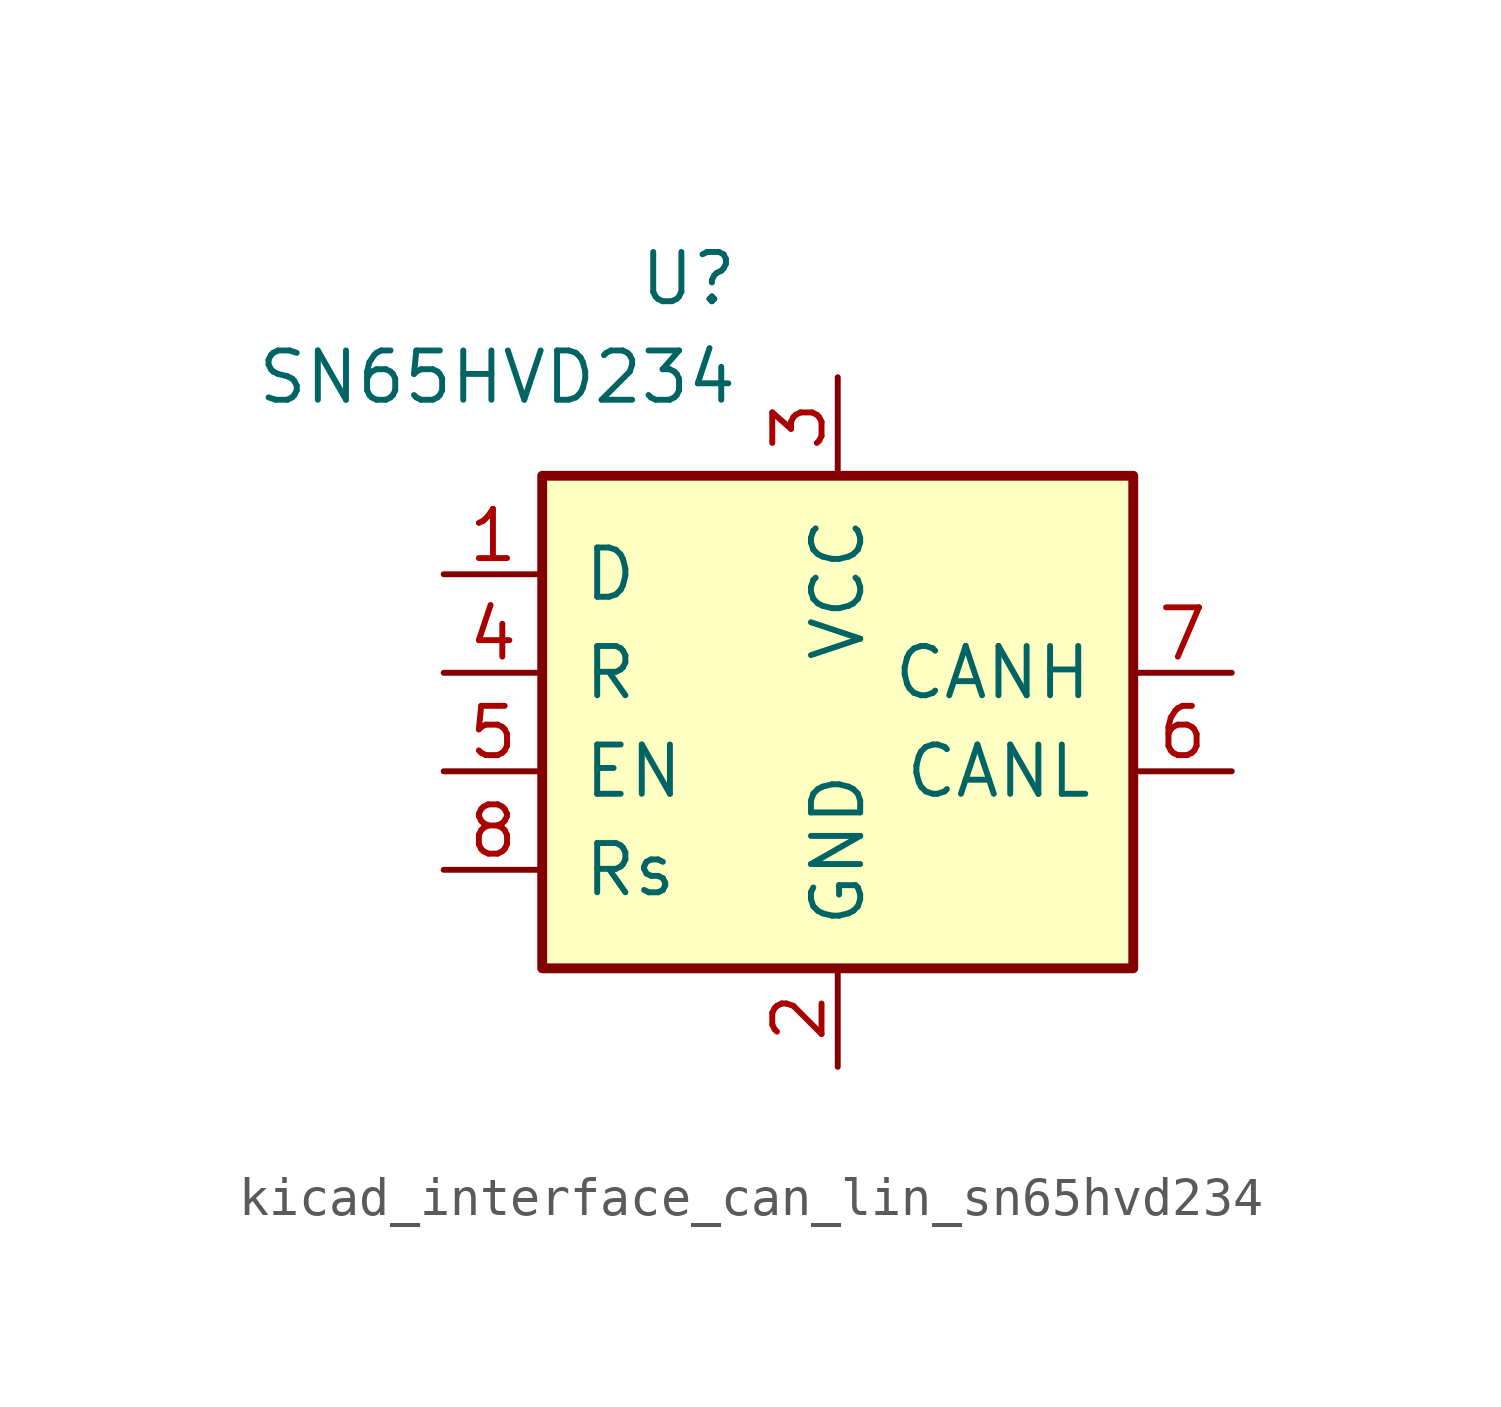
<source format=kicad_sym>
(kicad_symbol_lib
  (version 20220914)
  (generator kicad_symbol_editor)
  (symbol "kicad_interface_can_lin_sn65hvd234"
    (pin_names
      (offset 1.016))
    (property "Reference" "U"
      (at -2.54 10.16 0)
      (effects (font (size 1.27 1.27)) (justify right)))
    (property "Value" "SN65HVD234"
      (at -2.54 7.62 0)
      (effects (font (size 1.27 1.27)) (justify right)))
    (symbol "kicad_interface_can_lin_sn65hvd234_0_1"
      (rectangle (start -7.62 5.08) (end 7.62 -7.62) (stroke (width 0.254) (type default)) (fill (type background))))
    (symbol "kicad_interface_can_lin_sn65hvd234_1_1"
      (pin input line (at -10.16 2.54 0) (length 2.54) (name "D" (effects (font (size 1.27 1.27)))) (number "1" (effects (font (size 1.27 1.27)))))
      (pin power_in line (at 0 -10.16 90) (length 2.54) (name "GND" (effects (font (size 1.27 1.27)))) (number "2" (effects (font (size 1.27 1.27)))))
      (pin power_in line (at 0 7.62 270) (length 2.54) (name "VCC" (effects (font (size 1.27 1.27)))) (number "3" (effects (font (size 1.27 1.27)))))
      (pin output line (at -10.16 0 0) (length 2.54) (name "R" (effects (font (size 1.27 1.27)))) (number "4" (effects (font (size 1.27 1.27)))))
      (pin input line (at -10.16 -2.54 0) (length 2.54) (name "EN" (effects (font (size 1.27 1.27)))) (number "5" (effects (font (size 1.27 1.27)))))
      (pin bidirectional line (at 10.16 -2.54 180) (length 2.54) (name "CANL" (effects (font (size 1.27 1.27)))) (number "6" (effects (font (size 1.27 1.27)))))
      (pin bidirectional line (at 10.16 0 180) (length 2.54) (name "CANH" (effects (font (size 1.27 1.27)))) (number "7" (effects (font (size 1.27 1.27)))))
      (pin input line (at -10.16 -5.08 0) (length 2.54) (name "Rs" (effects (font (size 1.27 1.27)))) (number "8" (effects (font (size 1.27 1.27))))))))
</source>
